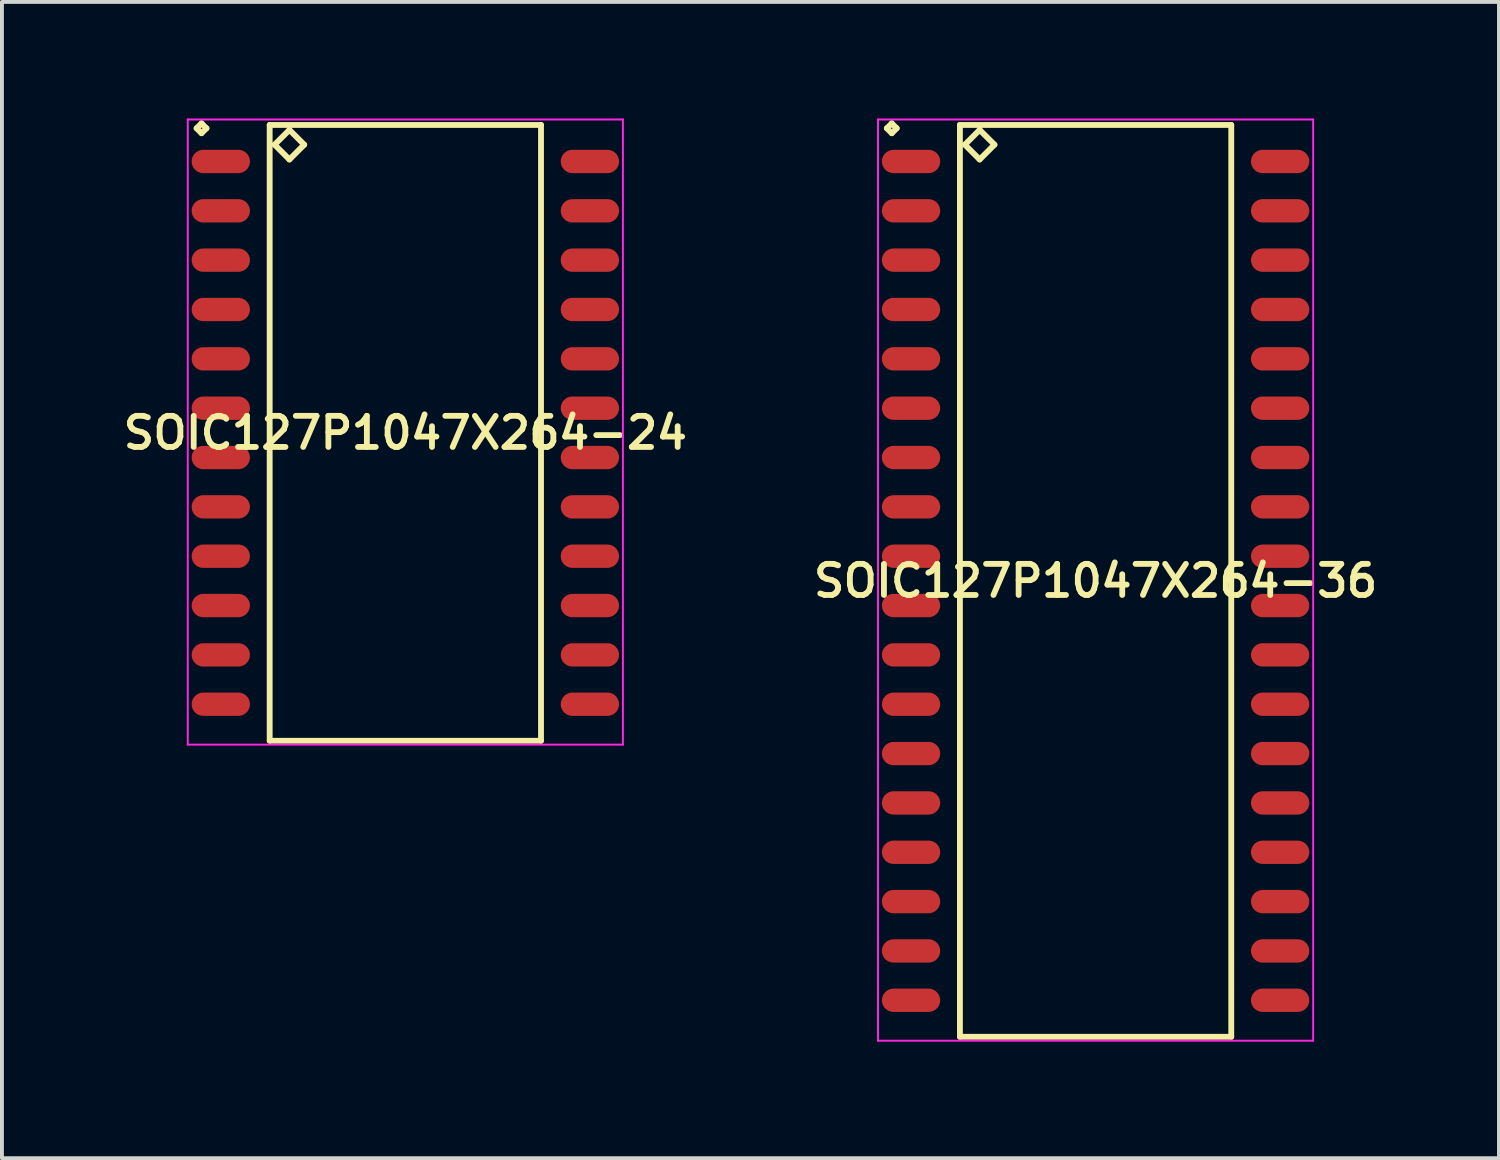
<source format=kicad_pcb>
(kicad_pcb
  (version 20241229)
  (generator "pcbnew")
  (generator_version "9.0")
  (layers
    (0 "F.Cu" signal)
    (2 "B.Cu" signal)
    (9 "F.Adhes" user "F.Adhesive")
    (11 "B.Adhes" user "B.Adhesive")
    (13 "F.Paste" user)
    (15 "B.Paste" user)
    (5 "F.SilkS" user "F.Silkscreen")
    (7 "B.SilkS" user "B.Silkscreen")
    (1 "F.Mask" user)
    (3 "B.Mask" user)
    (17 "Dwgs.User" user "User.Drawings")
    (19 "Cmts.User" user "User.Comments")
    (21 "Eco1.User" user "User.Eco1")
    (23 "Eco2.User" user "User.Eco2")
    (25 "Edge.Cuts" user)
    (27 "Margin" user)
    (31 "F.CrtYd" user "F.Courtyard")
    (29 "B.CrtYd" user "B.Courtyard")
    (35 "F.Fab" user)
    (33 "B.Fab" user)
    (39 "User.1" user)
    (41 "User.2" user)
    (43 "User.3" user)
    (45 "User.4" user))
  (footprint "SOIC127P1047X264-24"
    (layer "F.Cu")
    (at 7.383 8.091)
    (property "Reference" "SOIC127P1047X264-24" (at 0 0 0) (layer "F.SilkS") (effects (font (size 0.8 0.8) (thickness 0.15))))
    (attr smd)
    (fp_line (start -5.373 -7.839) (end -5.246 -7.966) (stroke (width 0.15) (type solid)) (layer "F.SilkS"))
    (fp_line (start -5.246 -7.966) (end -5.119 -7.839) (stroke (width 0.15) (type solid)) (layer "F.SilkS"))
    (fp_line (start -5.246 -7.712) (end -5.373 -7.839) (stroke (width 0.15) (type solid)) (layer "F.SilkS"))
    (fp_line (start -5.119 -7.839) (end -5.246 -7.712) (stroke (width 0.15) (type solid)) (layer "F.SilkS"))
    (fp_line (start -3.492 -7.925) (end -3.492 7.925) (stroke (width 0.15) (type solid)) (layer "F.SilkS"))
    (fp_line (start -3.492 7.925) (end 3.492 7.925) (stroke (width 0.15) (type solid)) (layer "F.SilkS"))
    (fp_line (start -3.365 -7.417) (end -2.984 -7.798) (stroke (width 0.15) (type solid)) (layer "F.SilkS"))
    (fp_line (start -2.984 -7.798) (end -2.603 -7.417) (stroke (width 0.15) (type solid)) (layer "F.SilkS"))
    (fp_line (start -2.984 -7.036) (end -3.365 -7.417) (stroke (width 0.15) (type solid)) (layer "F.SilkS"))
    (fp_line (start -2.603 -7.417) (end -2.984 -7.036) (stroke (width 0.15) (type solid)) (layer "F.SilkS"))
    (fp_line (start 3.492 -7.925) (end -3.492 -7.925) (stroke (width 0.15) (type solid)) (layer "F.SilkS"))
    (fp_line (start 3.492 7.925) (end 3.492 -7.925) (stroke (width 0.15) (type solid)) (layer "F.SilkS"))
    (fp_line (start -5.6 -8.066) (end 5.6 -8.066) (stroke (width 0.05) (type solid)) (layer "F.CrtYd"))
    (fp_line (start -5.6 8.025) (end -5.6 -8.066) (stroke (width 0.05) (type solid)) (layer "F.CrtYd"))
    (fp_line (start 5.6 -8.066) (end 5.6 8.025) (stroke (width 0.05) (type solid)) (layer "F.CrtYd"))
    (fp_line (start 5.6 8.025) (end -5.6 8.025) (stroke (width 0.05) (type solid)) (layer "F.CrtYd"))
    (pad "1" smd oval (at -4.75 -6.985) (size 1.5 0.6) (layers "F.Cu" "F.Mask" "F.Paste"))
    (pad "2" smd oval (at -4.75 -5.715) (size 1.5 0.6) (layers "F.Cu" "F.Mask" "F.Paste"))
    (pad "3" smd oval (at -4.75 -4.445) (size 1.5 0.6) (layers "F.Cu" "F.Mask" "F.Paste"))
    (pad "4" smd oval (at -4.75 -3.175) (size 1.5 0.6) (layers "F.Cu" "F.Mask" "F.Paste"))
    (pad "5" smd oval (at -4.75 -1.905) (size 1.5 0.6) (layers "F.Cu" "F.Mask" "F.Paste"))
    (pad "6" smd oval (at -4.75 -0.635) (size 1.5 0.6) (layers "F.Cu" "F.Mask" "F.Paste"))
    (pad "7" smd oval (at -4.75 0.635) (size 1.5 0.6) (layers "F.Cu" "F.Mask" "F.Paste"))
    (pad "8" smd oval (at -4.75 1.905) (size 1.5 0.6) (layers "F.Cu" "F.Mask" "F.Paste"))
    (pad "9" smd oval (at -4.75 3.175) (size 1.5 0.6) (layers "F.Cu" "F.Mask" "F.Paste"))
    (pad "10" smd oval (at -4.75 4.445) (size 1.5 0.6) (layers "F.Cu" "F.Mask" "F.Paste"))
    (pad "11" smd oval (at -4.75 5.715) (size 1.5 0.6) (layers "F.Cu" "F.Mask" "F.Paste"))
    (pad "12" smd oval (at -4.75 6.985) (size 1.5 0.6) (layers "F.Cu" "F.Mask" "F.Paste"))
    (pad "13" smd oval (at 4.75 6.985) (size 1.5 0.6) (layers "F.Cu" "F.Mask" "F.Paste"))
    (pad "14" smd oval (at 4.75 5.715) (size 1.5 0.6) (layers "F.Cu" "F.Mask" "F.Paste"))
    (pad "15" smd oval (at 4.75 4.445) (size 1.5 0.6) (layers "F.Cu" "F.Mask" "F.Paste"))
    (pad "16" smd oval (at 4.75 3.175) (size 1.5 0.6) (layers "F.Cu" "F.Mask" "F.Paste"))
    (pad "17" smd oval (at 4.75 1.905) (size 1.5 0.6) (layers "F.Cu" "F.Mask" "F.Paste"))
    (pad "18" smd oval (at 4.75 0.635) (size 1.5 0.6) (layers "F.Cu" "F.Mask" "F.Paste"))
    (pad "19" smd oval (at 4.75 -0.635) (size 1.5 0.6) (layers "F.Cu" "F.Mask" "F.Paste"))
    (pad "20" smd oval (at 4.75 -1.905) (size 1.5 0.6) (layers "F.Cu" "F.Mask" "F.Paste"))
    (pad "21" smd oval (at 4.75 -3.175) (size 1.5 0.6) (layers "F.Cu" "F.Mask" "F.Paste"))
    (pad "22" smd oval (at 4.75 -4.445) (size 1.5 0.6) (layers "F.Cu" "F.Mask" "F.Paste"))
    (pad "23" smd oval (at 4.75 -5.715) (size 1.5 0.6) (layers "F.Cu" "F.Mask" "F.Paste"))
    (pad "24" smd oval (at 4.75 -6.985) (size 1.5 0.6) (layers "F.Cu" "F.Mask" "F.Paste")))
  (footprint "SOIC127P1047X264-36"
    (layer "F.Cu")
    (at 25.149 11.901)
    (property "Reference" "SOIC127P1047X264-36" (at 0 0 0) (layer "F.SilkS") (effects (font (size 0.8 0.8) (thickness 0.15))))
    (attr smd)
    (fp_line (start -5.373 -11.649) (end -5.246 -11.776) (stroke (width 0.15) (type solid)) (layer "F.SilkS"))
    (fp_line (start -5.246 -11.776) (end -5.119 -11.649) (stroke (width 0.15) (type solid)) (layer "F.SilkS"))
    (fp_line (start -5.246 -11.522) (end -5.373 -11.649) (stroke (width 0.15) (type solid)) (layer "F.SilkS"))
    (fp_line (start -5.119 -11.649) (end -5.246 -11.522) (stroke (width 0.15) (type solid)) (layer "F.SilkS"))
    (fp_line (start -3.492 -11.735) (end -3.492 11.735) (stroke (width 0.15) (type solid)) (layer "F.SilkS"))
    (fp_line (start -3.492 11.735) (end 3.492 11.735) (stroke (width 0.15) (type solid)) (layer "F.SilkS"))
    (fp_line (start -3.365 -11.227) (end -2.984 -11.608) (stroke (width 0.15) (type solid)) (layer "F.SilkS"))
    (fp_line (start -2.984 -11.608) (end -2.603 -11.227) (stroke (width 0.15) (type solid)) (layer "F.SilkS"))
    (fp_line (start -2.984 -10.846) (end -3.365 -11.227) (stroke (width 0.15) (type solid)) (layer "F.SilkS"))
    (fp_line (start -2.603 -11.227) (end -2.984 -10.846) (stroke (width 0.15) (type solid)) (layer "F.SilkS"))
    (fp_line (start 3.492 -11.735) (end -3.492 -11.735) (stroke (width 0.15) (type solid)) (layer "F.SilkS"))
    (fp_line (start 3.492 11.735) (end 3.492 -11.735) (stroke (width 0.15) (type solid)) (layer "F.SilkS"))
    (fp_line (start -5.6 -11.876) (end 5.6 -11.876) (stroke (width 0.05) (type solid)) (layer "F.CrtYd"))
    (fp_line (start -5.6 11.835) (end -5.6 -11.876) (stroke (width 0.05) (type solid)) (layer "F.CrtYd"))
    (fp_line (start 5.6 -11.876) (end 5.6 11.835) (stroke (width 0.05) (type solid)) (layer "F.CrtYd"))
    (fp_line (start 5.6 11.835) (end -5.6 11.835) (stroke (width 0.05) (type solid)) (layer "F.CrtYd"))
    (pad "1" smd oval (at -4.75 -10.795) (size 1.5 0.6) (layers "F.Cu" "F.Mask" "F.Paste"))
    (pad "2" smd oval (at -4.75 -9.525) (size 1.5 0.6) (layers "F.Cu" "F.Mask" "F.Paste"))
    (pad "3" smd oval (at -4.75 -8.255) (size 1.5 0.6) (layers "F.Cu" "F.Mask" "F.Paste"))
    (pad "4" smd oval (at -4.75 -6.985) (size 1.5 0.6) (layers "F.Cu" "F.Mask" "F.Paste"))
    (pad "5" smd oval (at -4.75 -5.715) (size 1.5 0.6) (layers "F.Cu" "F.Mask" "F.Paste"))
    (pad "6" smd oval (at -4.75 -4.445) (size 1.5 0.6) (layers "F.Cu" "F.Mask" "F.Paste"))
    (pad "7" smd oval (at -4.75 -3.175) (size 1.5 0.6) (layers "F.Cu" "F.Mask" "F.Paste"))
    (pad "8" smd oval (at -4.75 -1.905) (size 1.5 0.6) (layers "F.Cu" "F.Mask" "F.Paste"))
    (pad "9" smd oval (at -4.75 -0.635) (size 1.5 0.6) (layers "F.Cu" "F.Mask" "F.Paste"))
    (pad "10" smd oval (at -4.75 0.635) (size 1.5 0.6) (layers "F.Cu" "F.Mask" "F.Paste"))
    (pad "11" smd oval (at -4.75 1.905) (size 1.5 0.6) (layers "F.Cu" "F.Mask" "F.Paste"))
    (pad "12" smd oval (at -4.75 3.175) (size 1.5 0.6) (layers "F.Cu" "F.Mask" "F.Paste"))
    (pad "13" smd oval (at -4.75 4.445) (size 1.5 0.6) (layers "F.Cu" "F.Mask" "F.Paste"))
    (pad "14" smd oval (at -4.75 5.715) (size 1.5 0.6) (layers "F.Cu" "F.Mask" "F.Paste"))
    (pad "15" smd oval (at -4.75 6.985) (size 1.5 0.6) (layers "F.Cu" "F.Mask" "F.Paste"))
    (pad "16" smd oval (at -4.75 8.255) (size 1.5 0.6) (layers "F.Cu" "F.Mask" "F.Paste"))
    (pad "17" smd oval (at -4.75 9.525) (size 1.5 0.6) (layers "F.Cu" "F.Mask" "F.Paste"))
    (pad "18" smd oval (at -4.75 10.795) (size 1.5 0.6) (layers "F.Cu" "F.Mask" "F.Paste"))
    (pad "19" smd oval (at 4.75 10.795) (size 1.5 0.6) (layers "F.Cu" "F.Mask" "F.Paste"))
    (pad "20" smd oval (at 4.75 9.525) (size 1.5 0.6) (layers "F.Cu" "F.Mask" "F.Paste"))
    (pad "21" smd oval (at 4.75 8.255) (size 1.5 0.6) (layers "F.Cu" "F.Mask" "F.Paste"))
    (pad "22" smd oval (at 4.75 6.985) (size 1.5 0.6) (layers "F.Cu" "F.Mask" "F.Paste"))
    (pad "23" smd oval (at 4.75 5.715) (size 1.5 0.6) (layers "F.Cu" "F.Mask" "F.Paste"))
    (pad "24" smd oval (at 4.75 4.445) (size 1.5 0.6) (layers "F.Cu" "F.Mask" "F.Paste"))
    (pad "25" smd oval (at 4.75 3.175) (size 1.5 0.6) (layers "F.Cu" "F.Mask" "F.Paste"))
    (pad "26" smd oval (at 4.75 1.905) (size 1.5 0.6) (layers "F.Cu" "F.Mask" "F.Paste"))
    (pad "27" smd oval (at 4.75 0.635) (size 1.5 0.6) (layers "F.Cu" "F.Mask" "F.Paste"))
    (pad "28" smd oval (at 4.75 -0.635) (size 1.5 0.6) (layers "F.Cu" "F.Mask" "F.Paste"))
    (pad "29" smd oval (at 4.75 -1.905) (size 1.5 0.6) (layers "F.Cu" "F.Mask" "F.Paste"))
    (pad "30" smd oval (at 4.75 -3.175) (size 1.5 0.6) (layers "F.Cu" "F.Mask" "F.Paste"))
    (pad "31" smd oval (at 4.75 -4.445) (size 1.5 0.6) (layers "F.Cu" "F.Mask" "F.Paste"))
    (pad "32" smd oval (at 4.75 -5.715) (size 1.5 0.6) (layers "F.Cu" "F.Mask" "F.Paste"))
    (pad "33" smd oval (at 4.75 -6.985) (size 1.5 0.6) (layers "F.Cu" "F.Mask" "F.Paste"))
    (pad "34" smd oval (at 4.75 -8.255) (size 1.5 0.6) (layers "F.Cu" "F.Mask" "F.Paste"))
    (pad "35" smd oval (at 4.75 -9.525) (size 1.5 0.6) (layers "F.Cu" "F.Mask" "F.Paste"))
    (pad "36" smd oval (at 4.75 -10.795) (size 1.5 0.6) (layers "F.Cu" "F.Mask" "F.Paste")))
  (gr_rect
    (start -3 -3)
    (end 35.532 26.761)
    (stroke (width 0.1) (type default))
    (fill no)
    (layer "Edge.Cuts")))
</source>
